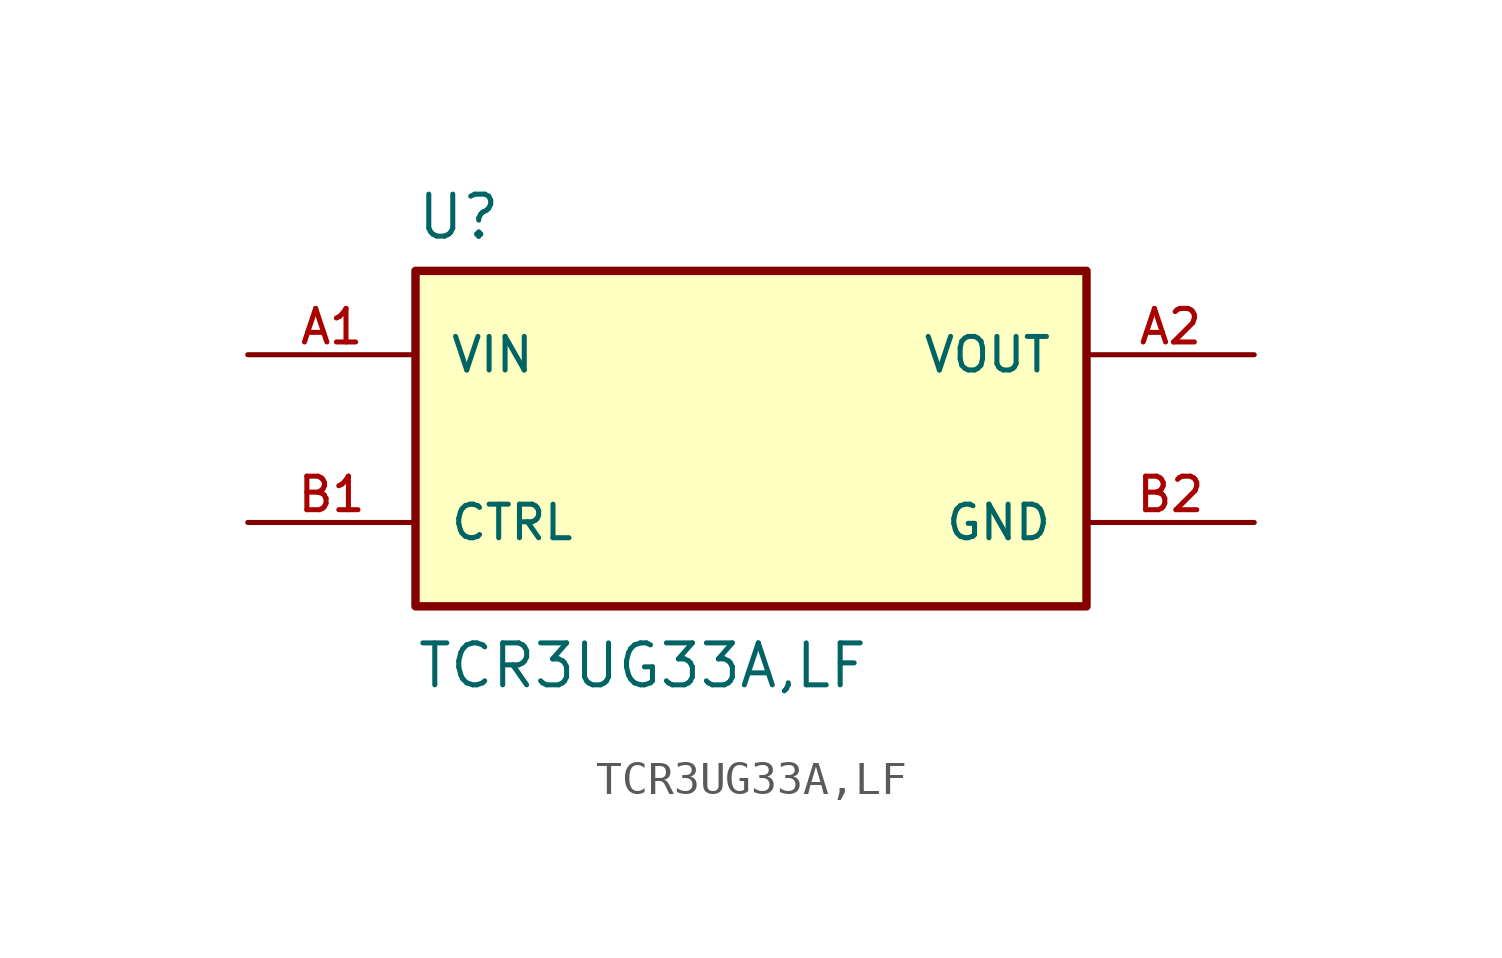
<source format=kicad_sym>
(kicad_symbol_lib
  (version 20211014)
  (generator kicad_symbol_editor)
  (symbol "TCR3UG33A,LF"
    (pin_names
      (offset 1.016))
    (property "Reference" "U"
      (at -10.16 5.969 0)
      (effects (font (size 1.27 1.27)) (justify left bottom)))
    (property "Value" "TCR3UG33A,LF"
      (at -10.16 -7.62 0)
      (effects (font (size 1.27 1.27)) (justify left bottom)))
    (property "ki_locked" ""
      (at 0 0 0)
      (effects (font (size 1.27 1.27))))
    (symbol "TCR3UG33A,LF_0_0"
      (rectangle (start -10.16 -5.08) (end 10.16 5.08) (stroke (width 0.254) (type default) (color 0 0 0 0)) (fill (type background)))
      (pin input line (at -15.24 2.54 0) (length 5.08) (name "VIN" (effects (font (size 1.016 1.016)))) (number "A1" (effects (font (size 1.016 1.016)))))
      (pin output line (at 15.24 2.54 180) (length 5.08) (name "VOUT" (effects (font (size 1.016 1.016)))) (number "A2" (effects (font (size 1.016 1.016)))))
      (pin input line (at -15.24 -2.54 0) (length 5.08) (name "CTRL" (effects (font (size 1.016 1.016)))) (number "B1" (effects (font (size 1.016 1.016)))))
      (pin power_in line (at 15.24 -2.54 180) (length 5.08) (name "GND" (effects (font (size 1.016 1.016)))) (number "B2" (effects (font (size 1.016 1.016))))))))
</source>
